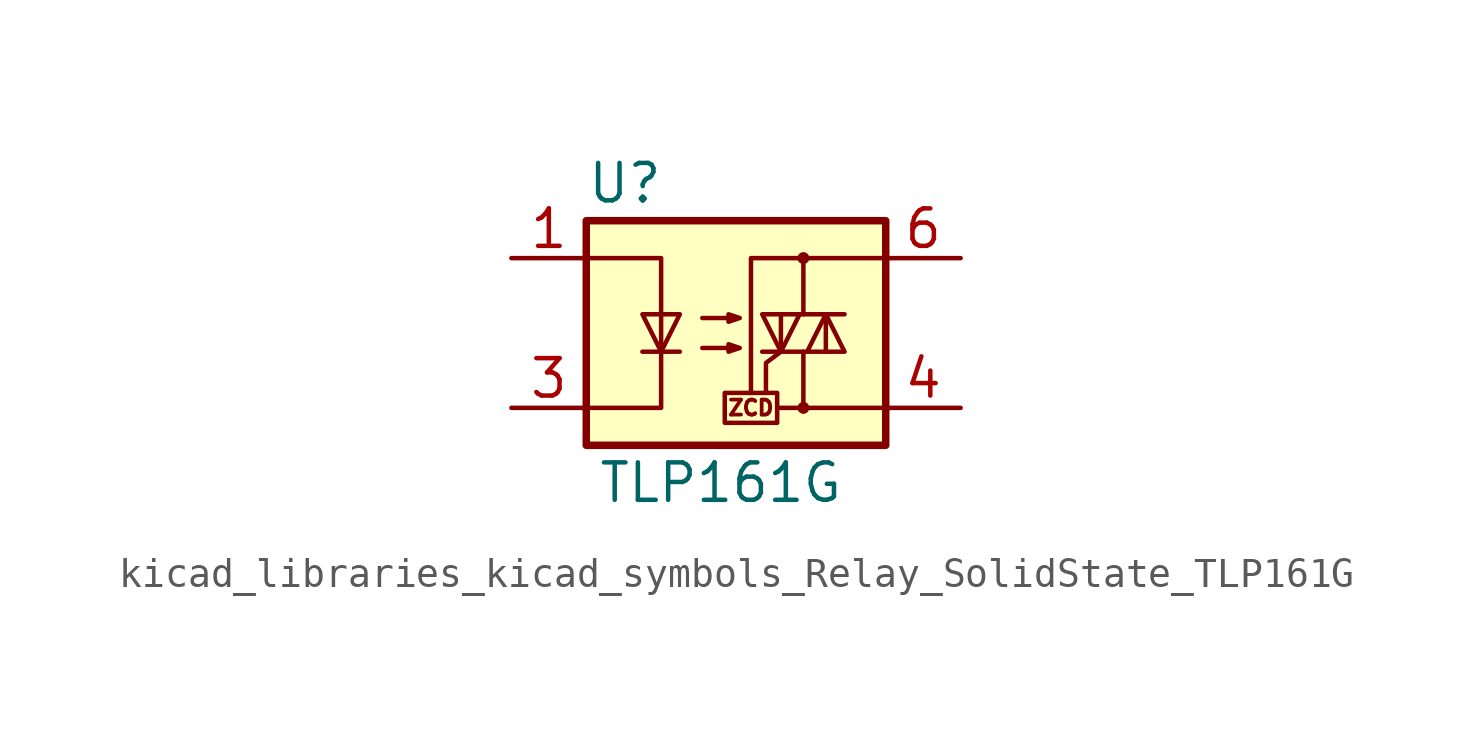
<source format=kicad_sym>
(kicad_symbol_lib
  (version 20220914)
  (generator kicad_symbol_editor)
  (symbol "kicad_libraries_kicad_symbols_Relay_SolidState_TLP161G"
    (property "Reference" "U"
      (at -5.08 5.08 0)
      (effects (font (size 1.27 1.27)) (justify left)))
    (property "Value" "TLP161G"
      (at -4.699 -5.08 0)
      (effects (font (size 1.27 1.27)) (justify left)))
    (symbol "kicad_libraries_kicad_symbols_Relay_SolidState_TLP161G_0_0"
      (rectangle (start -0.381 -2.032) (end 1.397 -3.048) (stroke (width 0) (type default)) (fill (type none)))
      (polyline (pts (xy 2.286 -2.54) (xy 1.397 -2.54)) (stroke (width 0) (type default)) (fill (type none)))
      (polyline (pts (xy 1.524 -0.635) (xy 1.016 -1.016) (xy 1.016 -2.032)) (stroke (width 0) (type default)) (fill (type none)))
      (text "ZCD" (at 0.508 -2.54 0) (effects (font (size 0.508 0.508)))))
    (symbol "kicad_libraries_kicad_symbols_Relay_SolidState_TLP161G_0_1"
      (rectangle (start -5.08 3.81) (end 5.08 -3.81) (stroke (width 0.254) (type default)) (fill (type background)))
      (polyline (pts (xy -3.175 -0.635) (xy -1.905 -0.635)) (stroke (width 0) (type default)) (fill (type none)))
      (polyline (pts (xy 1.524 -0.635) (xy 1.524 0.635)) (stroke (width 0) (type default)) (fill (type none)))
      (polyline (pts (xy 3.048 0.635) (xy 3.048 -0.635)) (stroke (width 0) (type default)) (fill (type none)))
      (polyline (pts (xy 2.286 -0.635) (xy 2.286 -2.54) (xy 5.08 -2.54)) (stroke (width 0) (type default)) (fill (type none)))
      (polyline (pts (xy 2.286 0.635) (xy 2.286 2.54) (xy 5.08 2.54)) (stroke (width 0) (type default)) (fill (type none)))
      (polyline (pts (xy 2.286 2.54) (xy 0.508 2.54) (xy 0.508 -2.032)) (stroke (width 0) (type default)) (fill (type none)))
      (polyline (pts (xy -5.08 2.54) (xy -2.54 2.54) (xy -2.54 -2.54) (xy -5.08 -2.54)) (stroke (width 0) (type default)) (fill (type none)))
      (polyline (pts (xy -2.54 -0.635) (xy -3.175 0.635) (xy -1.905 0.635) (xy -2.54 -0.635)) (stroke (width 0) (type default)) (fill (type none)))
      (polyline (pts (xy 0.889 -0.635) (xy 3.683 -0.635) (xy 3.048 0.635) (xy 2.413 -0.635)) (stroke (width 0) (type default)) (fill (type none)))
      (polyline (pts (xy 3.683 0.635) (xy 0.889 0.635) (xy 1.524 -0.635) (xy 2.159 0.635)) (stroke (width 0) (type default)) (fill (type none)))
      (polyline (pts (xy -1.143 -0.508) (xy 0.127 -0.508) (xy -0.254 -0.635) (xy -0.254 -0.381) (xy 0.127 -0.508)) (stroke (width 0) (type default)) (fill (type none)))
      (polyline (pts (xy -1.143 0.508) (xy 0.127 0.508) (xy -0.254 0.381) (xy -0.254 0.635) (xy 0.127 0.508)) (stroke (width 0) (type default)) (fill (type none)))
      (circle (center 2.286 -2.54) (radius 0.127) (stroke (width 0) (type default)) (fill (type none)))
      (circle (center 2.286 2.54) (radius 0.127) (stroke (width 0) (type default)) (fill (type none))))
    (symbol "kicad_libraries_kicad_symbols_Relay_SolidState_TLP161G_1_1"
      (pin passive line (at -7.62 2.54 0) (length 2.54) (name "~" (effects (font (size 1.27 1.27)))) (number "1" (effects (font (size 1.27 1.27)))))
      (pin passive line (at -7.62 -2.54 0) (length 2.54) (name "~" (effects (font (size 1.27 1.27)))) (number "3" (effects (font (size 1.27 1.27)))))
      (pin passive line (at 7.62 -2.54 180) (length 2.54) (name "~" (effects (font (size 1.27 1.27)))) (number "4" (effects (font (size 1.27 1.27)))))
      (pin passive line (at 7.62 2.54 180) (length 2.54) (name "~" (effects (font (size 1.27 1.27)))) (number "6" (effects (font (size 1.27 1.27))))))))
</source>
